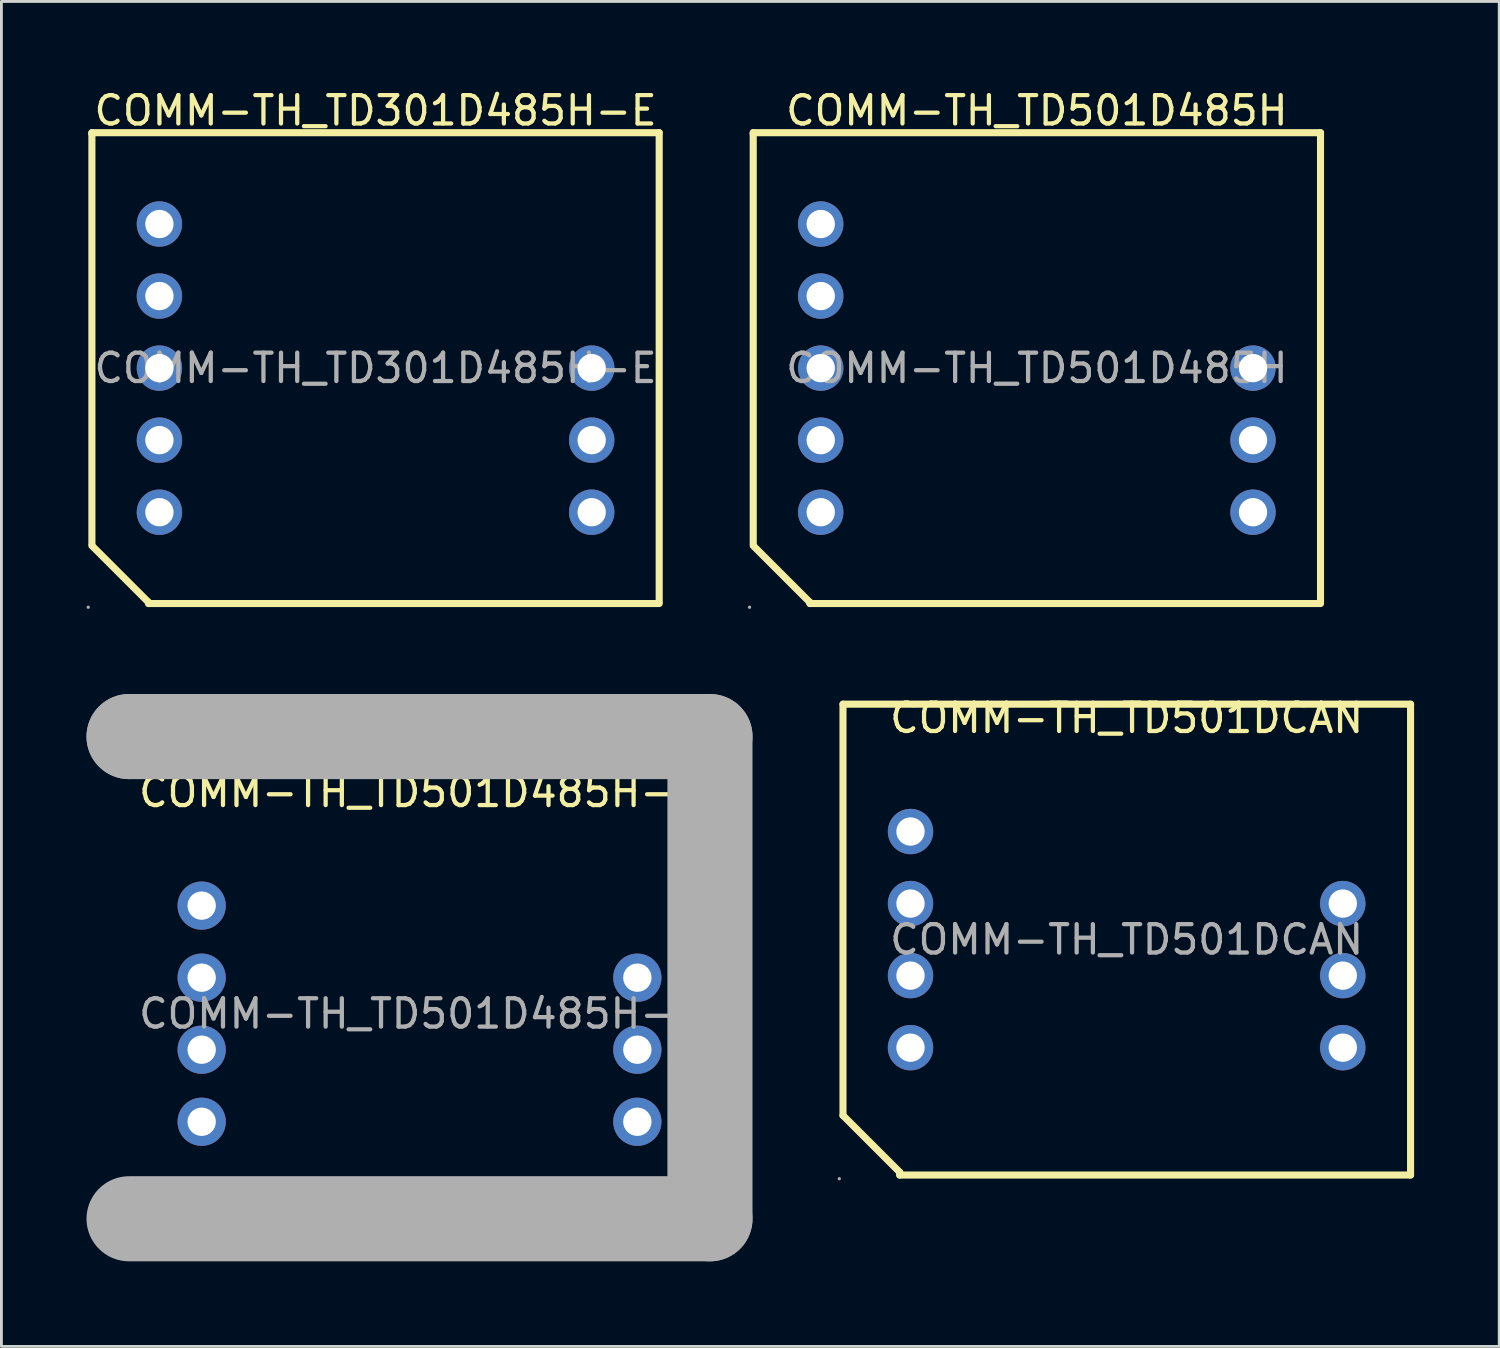
<source format=kicad_pcb>
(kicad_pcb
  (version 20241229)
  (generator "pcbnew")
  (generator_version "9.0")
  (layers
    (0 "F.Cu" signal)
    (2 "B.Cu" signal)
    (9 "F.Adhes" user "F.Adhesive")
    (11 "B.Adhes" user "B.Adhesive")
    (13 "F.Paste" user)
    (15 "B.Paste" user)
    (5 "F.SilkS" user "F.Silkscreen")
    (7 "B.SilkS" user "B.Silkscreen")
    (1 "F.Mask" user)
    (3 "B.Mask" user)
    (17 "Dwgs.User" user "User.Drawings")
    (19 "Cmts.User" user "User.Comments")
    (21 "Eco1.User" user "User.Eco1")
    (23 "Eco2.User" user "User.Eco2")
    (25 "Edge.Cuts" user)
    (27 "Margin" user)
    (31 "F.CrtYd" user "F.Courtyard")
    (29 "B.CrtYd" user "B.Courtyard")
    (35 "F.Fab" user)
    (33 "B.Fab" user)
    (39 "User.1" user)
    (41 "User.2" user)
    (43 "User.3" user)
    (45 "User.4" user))
  (footprint "COMM-TH_TD501D485H-A"
    (layer "F.Cu")
    (at 11.74 32.688)
    (property "Reference" "COMM-TH_TD501D485H-A" (at 0 -7.81 0) (layer "F.SilkS") (effects (font (size 1 1) (thickness 0.15))))
    (attr through_hole)
    (fp_line (start -10.24 -9.77) (end -10.24 -9.77) (stroke (width 3) (type solid)) (layer "F.Fab"))
    (fp_line (start -10.24 -9.77) (end 10.24 -9.77) (stroke (width 3) (type solid)) (layer "F.Fab"))
    (fp_line (start 10.24 -9.77) (end 10.24 7.23) (stroke (width 3) (type solid)) (layer "F.Fab"))
    (fp_line (start 10.24 7.23) (end -10.24 7.23) (stroke (width 3) (type solid)) (layer "F.Fab"))
    (fp_circle (center -10.37 7.36) (end -10.34 7.36) (stroke (width 0.06) (type solid)) (fill no) (layer "F.Fab"))
    (fp_circle (center -7.68 -3.81) (end -7.48 -3.81) (stroke (width 0.4) (type solid)) (fill no) (layer "F.Fab"))
    (fp_circle (center -7.68 -1.27) (end -7.48 -1.27) (stroke (width 0.4) (type solid)) (fill no) (layer "F.Fab"))
    (fp_circle (center -7.68 1.27) (end -7.48 1.27) (stroke (width 0.4) (type solid)) (fill no) (layer "F.Fab"))
    (fp_circle (center -7.68 3.81) (end -7.48 3.81) (stroke (width 0.4) (type solid)) (fill no) (layer "F.Fab"))
    (fp_circle (center 7.68 -1.27) (end 7.88 -1.27) (stroke (width 0.4) (type solid)) (fill no) (layer "F.Fab"))
    (fp_circle (center 7.68 1.27) (end 7.88 1.27) (stroke (width 0.4) (type solid)) (fill no) (layer "F.Fab"))
    (fp_circle (center 7.68 3.81) (end 7.88 3.81) (stroke (width 0.4) (type solid)) (fill no) (layer "F.Fab"))
    (fp_text user "${REFERENCE}" (at 0 0 0) (layer "F.Fab") (effects (font (size 1 1) (thickness 0.15))))
    (pad "1" thru_hole circle (at -7.68 3.81) (size 1.7 1.7) (drill 1) (layers "*.Cu" "*.Paste" "*.Mask"))
    (pad "2" thru_hole circle (at -7.68 1.27) (size 1.7 1.7) (drill 1) (layers "*.Cu" "*.Paste" "*.Mask"))
    (pad "3" thru_hole circle (at -7.68 -1.27) (size 1.7 1.7) (drill 1) (layers "*.Cu" "*.Paste" "*.Mask"))
    (pad "4" thru_hole circle (at -7.68 -3.81) (size 1.7 1.7) (drill 1) (layers "*.Cu" "*.Paste" "*.Mask"))
    (pad "8" thru_hole circle (at 7.68 -1.27) (size 1.7 1.7) (drill 1) (layers "*.Cu" "*.Paste" "*.Mask"))
    (pad "9" thru_hole circle (at 7.68 1.27) (size 1.7 1.7) (drill 1) (layers "*.Cu" "*.Paste" "*.Mask"))
    (pad "10" thru_hole circle (at 7.68 3.81) (size 1.7 1.7) (drill 1) (layers "*.Cu" "*.Paste" "*.Mask")))
  (footprint "COMM-TH_TD301D485H-E"
    (layer "F.Cu")
    (at 10.19 9.928)
    (property "Reference" "COMM-TH_TD301D485H-E" (at 0 -9.08 0) (layer "F.SilkS") (effects (font (size 1 1) (thickness 0.15))))
    (attr through_hole)
    (fp_line (start -10 -8.3) (end -10 -8.26) (stroke (width 0.25) (type solid)) (layer "F.SilkS"))
    (fp_line (start -10 -8.3) (end 10 -8.3) (stroke (width 0.25) (type solid)) (layer "F.SilkS"))
    (fp_line (start -10 -8.26) (end -10 6.2) (stroke (width 0.25) (type solid)) (layer "F.SilkS"))
    (fp_line (start -8 8.26) (end -10 6.26) (stroke (width 0.25) (type solid)) (layer "F.SilkS"))
    (fp_line (start -8 8.3) (end -8 8.26) (stroke (width 0.25) (type solid)) (layer "F.SilkS"))
    (fp_line (start -8 8.3) (end 10 8.3) (stroke (width 0.25) (type solid)) (layer "F.SilkS"))
    (fp_line (start 10 -8.3) (end 10 8.24) (stroke (width 0.25) (type solid)) (layer "F.SilkS"))
    (fp_circle (center -10.13 8.43) (end -10.1 8.43) (stroke (width 0.06) (type solid)) (fill no) (layer "F.Fab"))
    (fp_circle (center -7.62 -5.08) (end -7.42 -5.08) (stroke (width 0.4) (type solid)) (fill no) (layer "F.Fab"))
    (fp_circle (center -7.62 -2.54) (end -7.42 -2.54) (stroke (width 0.4) (type solid)) (fill no) (layer "F.Fab"))
    (fp_circle (center -7.62 0) (end -7.42 0) (stroke (width 0.4) (type solid)) (fill no) (layer "F.Fab"))
    (fp_circle (center -7.62 2.54) (end -7.42 2.54) (stroke (width 0.4) (type solid)) (fill no) (layer "F.Fab"))
    (fp_circle (center -7.62 5.08) (end -7.42 5.08) (stroke (width 0.4) (type solid)) (fill no) (layer "F.Fab"))
    (fp_circle (center 7.62 0) (end 7.82 0) (stroke (width 0.4) (type solid)) (fill no) (layer "F.Fab"))
    (fp_circle (center 7.62 2.54) (end 7.82 2.54) (stroke (width 0.4) (type solid)) (fill no) (layer "F.Fab"))
    (fp_circle (center 7.62 5.08) (end 7.82 5.08) (stroke (width 0.4) (type solid)) (fill no) (layer "F.Fab"))
    (fp_text user "${REFERENCE}" (at 0 0 0) (layer "F.Fab") (effects (font (size 1 1) (thickness 0.15))))
    (pad "1" thru_hole circle (at -7.62 5.08) (size 1.6 1.6) (drill 1) (layers "*.Cu" "*.Paste" "*.Mask"))
    (pad "2" thru_hole circle (at -7.62 2.54) (size 1.6 1.6) (drill 1) (layers "*.Cu" "*.Paste" "*.Mask"))
    (pad "3" thru_hole circle (at -7.62 0) (size 1.6 1.6) (drill 1) (layers "*.Cu" "*.Paste" "*.Mask"))
    (pad "4" thru_hole circle (at -7.62 -2.54) (size 1.6 1.6) (drill 1) (layers "*.Cu" "*.Paste" "*.Mask"))
    (pad "5" thru_hole circle (at -7.62 -5.08) (size 1.6 1.6) (drill 1) (layers "*.Cu" "*.Paste" "*.Mask"))
    (pad "8" thru_hole circle (at 7.62 0) (size 1.6 1.6) (drill 1) (layers "*.Cu" "*.Paste" "*.Mask"))
    (pad "9" thru_hole circle (at 7.62 2.54) (size 1.6 1.6) (drill 1) (layers "*.Cu" "*.Paste" "*.Mask"))
    (pad "10" thru_hole circle (at 7.62 5.08) (size 1.6 1.6) (drill 1) (layers "*.Cu" "*.Paste" "*.Mask")))
  (footprint "COMM-TH_TD501DCAN"
    (layer "F.Cu")
    (at 36.67 30.076)
    (property "Reference" "COMM-TH_TD501DCAN" (at 0 -7.81 0) (layer "F.SilkS") (effects (font (size 1 1) (thickness 0.15))))
    (attr through_hole)
    (fp_line (start -10 -8.3) (end -10 6.2) (stroke (width 0.25) (type solid)) (layer "F.SilkS"))
    (fp_line (start -10 -8.3) (end 10.01 -8.3) (stroke (width 0.25) (type solid)) (layer "F.SilkS"))
    (fp_line (start -8 8.2) (end -10 6.2) (stroke (width 0.25) (type solid)) (layer "F.SilkS"))
    (fp_line (start -8 8.3) (end -8 8.2) (stroke (width 0.25) (type solid)) (layer "F.SilkS"))
    (fp_line (start -8 8.3) (end 10.01 8.3) (stroke (width 0.25) (type solid)) (layer "F.SilkS"))
    (fp_line (start 10.01 -8.3) (end 10.01 8.3) (stroke (width 0.25) (type solid)) (layer "F.SilkS"))
    (fp_circle (center -10.13 8.43) (end -10.1 8.43) (stroke (width 0.06) (type solid)) (fill no) (layer "F.Fab"))
    (fp_circle (center -7.62 -3.81) (end -7.42 -3.81) (stroke (width 0.4) (type solid)) (fill no) (layer "F.Fab"))
    (fp_circle (center -7.62 -1.27) (end -7.42 -1.27) (stroke (width 0.4) (type solid)) (fill no) (layer "F.Fab"))
    (fp_circle (center -7.62 1.27) (end -7.42 1.27) (stroke (width 0.4) (type solid)) (fill no) (layer "F.Fab"))
    (fp_circle (center -7.62 3.81) (end -7.42 3.81) (stroke (width 0.4) (type solid)) (fill no) (layer "F.Fab"))
    (fp_circle (center 7.62 -1.27) (end 7.82 -1.27) (stroke (width 0.4) (type solid)) (fill no) (layer "F.Fab"))
    (fp_circle (center 7.62 1.27) (end 7.82 1.27) (stroke (width 0.4) (type solid)) (fill no) (layer "F.Fab"))
    (fp_circle (center 7.62 3.81) (end 7.82 3.81) (stroke (width 0.4) (type solid)) (fill no) (layer "F.Fab"))
    (fp_text user "${REFERENCE}" (at 0 0 0) (layer "F.Fab") (effects (font (size 1 1) (thickness 0.15))))
    (pad "1" thru_hole circle (at -7.62 3.81) (size 1.6 1.6) (drill 1) (layers "*.Cu" "*.Paste" "*.Mask"))
    (pad "2" thru_hole circle (at -7.62 1.27) (size 1.6 1.6) (drill 1) (layers "*.Cu" "*.Paste" "*.Mask"))
    (pad "3" thru_hole circle (at -7.62 -1.27) (size 1.6 1.6) (drill 1) (layers "*.Cu" "*.Paste" "*.Mask"))
    (pad "4" thru_hole circle (at -7.62 -3.81) (size 1.6 1.6) (drill 1) (layers "*.Cu" "*.Paste" "*.Mask"))
    (pad "6" thru_hole circle (at 7.62 -1.27) (size 1.6 1.6) (drill 1) (layers "*.Cu" "*.Paste" "*.Mask"))
    (pad "7" thru_hole circle (at 7.62 1.27) (size 1.6 1.6) (drill 1) (layers "*.Cu" "*.Paste" "*.Mask"))
    (pad "8" thru_hole circle (at 7.62 3.81) (size 1.6 1.6) (drill 1) (layers "*.Cu" "*.Paste" "*.Mask")))
  (footprint "COMM-TH_TD501D485H"
    (layer "F.Cu")
    (at 33.505 9.928)
    (property "Reference" "COMM-TH_TD501D485H" (at 0 -9.08 0) (layer "F.SilkS") (effects (font (size 1 1) (thickness 0.15))))
    (attr through_hole)
    (fp_line (start -10 -8.3) (end -10 -8.25) (stroke (width 0.25) (type solid)) (layer "F.SilkS"))
    (fp_line (start -10 -8.3) (end 10 -8.3) (stroke (width 0.25) (type solid)) (layer "F.SilkS"))
    (fp_line (start -10 -8.25) (end -10 6.2) (stroke (width 0.25) (type solid)) (layer "F.SilkS"))
    (fp_line (start -8 8.26) (end -10 6.26) (stroke (width 0.25) (type solid)) (layer "F.SilkS"))
    (fp_line (start -8 8.3) (end -8 8.26) (stroke (width 0.25) (type solid)) (layer "F.SilkS"))
    (fp_line (start -8 8.3) (end 10 8.3) (stroke (width 0.25) (type solid)) (layer "F.SilkS"))
    (fp_line (start 10 -8.3) (end 10 8.24) (stroke (width 0.25) (type solid)) (layer "F.SilkS"))
    (fp_circle (center -10.13 8.43) (end -10.1 8.43) (stroke (width 0.06) (type solid)) (fill no) (layer "F.Fab"))
    (fp_circle (center -7.62 -5.08) (end -7.42 -5.08) (stroke (width 0.4) (type solid)) (fill no) (layer "F.Fab"))
    (fp_circle (center -7.62 -2.54) (end -7.42 -2.54) (stroke (width 0.4) (type solid)) (fill no) (layer "F.Fab"))
    (fp_circle (center -7.62 0) (end -7.42 0) (stroke (width 0.4) (type solid)) (fill no) (layer "F.Fab"))
    (fp_circle (center -7.62 2.54) (end -7.42 2.54) (stroke (width 0.4) (type solid)) (fill no) (layer "F.Fab"))
    (fp_circle (center -7.62 5.08) (end -7.42 5.08) (stroke (width 0.4) (type solid)) (fill no) (layer "F.Fab"))
    (fp_circle (center 7.62 0) (end 7.82 0) (stroke (width 0.4) (type solid)) (fill no) (layer "F.Fab"))
    (fp_circle (center 7.62 2.54) (end 7.82 2.54) (stroke (width 0.4) (type solid)) (fill no) (layer "F.Fab"))
    (fp_circle (center 7.62 5.08) (end 7.82 5.08) (stroke (width 0.4) (type solid)) (fill no) (layer "F.Fab"))
    (fp_text user "${REFERENCE}" (at 0 0 0) (layer "F.Fab") (effects (font (size 1 1) (thickness 0.15))))
    (pad "1" thru_hole circle (at -7.62 5.08) (size 1.6 1.6) (drill 1) (layers "*.Cu" "*.Paste" "*.Mask"))
    (pad "2" thru_hole circle (at -7.62 2.54) (size 1.6 1.6) (drill 1) (layers "*.Cu" "*.Paste" "*.Mask"))
    (pad "3" thru_hole circle (at -7.62 0) (size 1.6 1.6) (drill 1) (layers "*.Cu" "*.Paste" "*.Mask"))
    (pad "4" thru_hole circle (at -7.62 -2.54) (size 1.6 1.6) (drill 1) (layers "*.Cu" "*.Paste" "*.Mask"))
    (pad "5" thru_hole circle (at -7.62 -5.08) (size 1.6 1.6) (drill 1) (layers "*.Cu" "*.Paste" "*.Mask"))
    (pad "8" thru_hole circle (at 7.62 0) (size 1.6 1.6) (drill 1) (layers "*.Cu" "*.Paste" "*.Mask"))
    (pad "9" thru_hole circle (at 7.62 2.54) (size 1.6 1.6) (drill 1) (layers "*.Cu" "*.Paste" "*.Mask"))
    (pad "10" thru_hole circle (at 7.62 5.08) (size 1.6 1.6) (drill 1) (layers "*.Cu" "*.Paste" "*.Mask")))
  (gr_rect
    (start -3 -3)
    (end 49.805 44.418)
    (stroke (width 0.1) (type default))
    (fill no)
    (layer "Edge.Cuts")))
</source>
